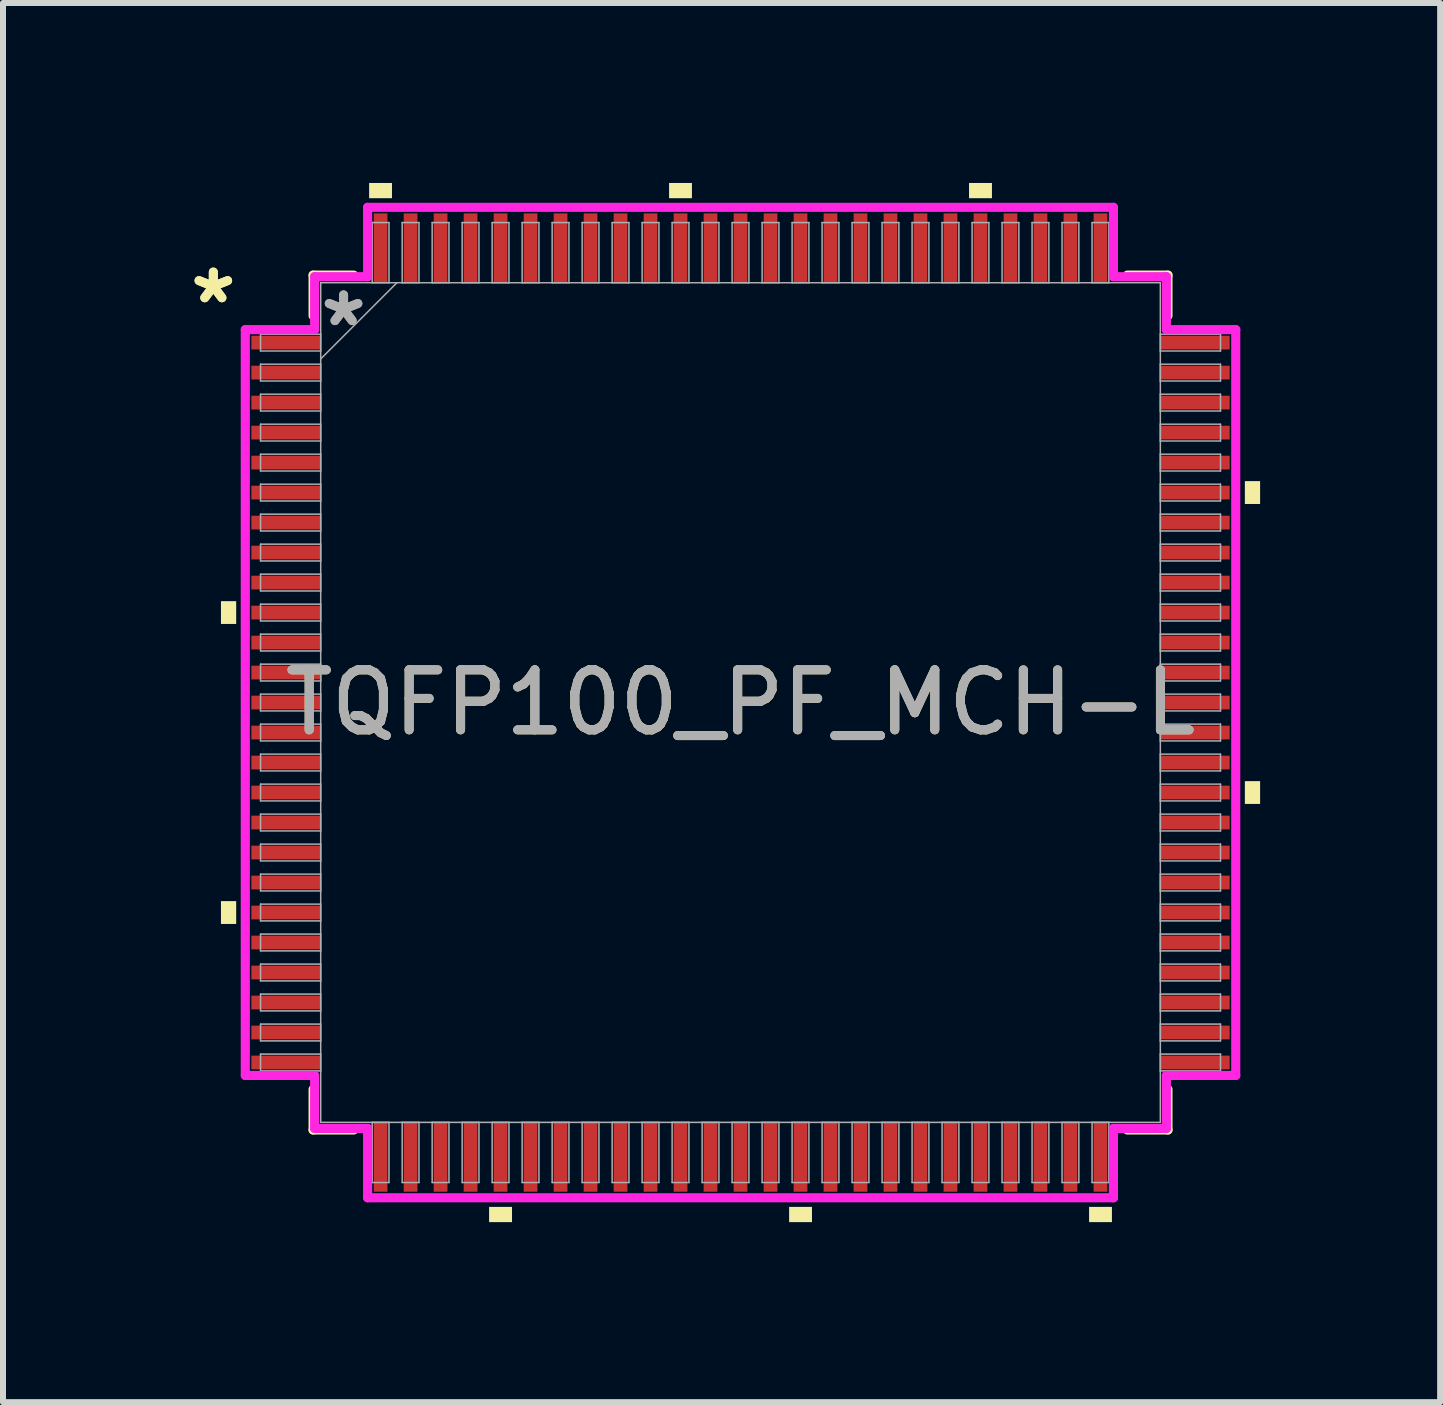
<source format=kicad_pcb>
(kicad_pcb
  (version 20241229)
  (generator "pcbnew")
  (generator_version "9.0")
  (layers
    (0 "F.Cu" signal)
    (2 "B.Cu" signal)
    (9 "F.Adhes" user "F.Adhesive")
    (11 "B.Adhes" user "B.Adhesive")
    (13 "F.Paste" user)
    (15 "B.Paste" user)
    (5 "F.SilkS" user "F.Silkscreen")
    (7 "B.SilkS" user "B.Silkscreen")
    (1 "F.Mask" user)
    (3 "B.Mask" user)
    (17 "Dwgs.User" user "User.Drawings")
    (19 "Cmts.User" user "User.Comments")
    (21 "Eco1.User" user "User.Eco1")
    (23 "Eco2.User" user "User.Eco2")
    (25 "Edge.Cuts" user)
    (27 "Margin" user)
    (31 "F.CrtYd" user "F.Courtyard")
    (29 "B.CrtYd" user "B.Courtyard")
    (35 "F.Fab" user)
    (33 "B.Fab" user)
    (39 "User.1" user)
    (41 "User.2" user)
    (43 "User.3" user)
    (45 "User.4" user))
  (footprint "TQFP100_PF_MCH-L"
    (layer "F.Cu")
    (at 9.294 8.661)
    (property "Reference" "TQFP100_PF_MCH-L" (at 0 0 0) (unlocked yes) (layer "F.SilkS") (effects (font (size 1 1) (thickness 0.15))))
    (attr smd)
    (fp_line (start -7.125 -7.125) (end -7.125 -6.447) (stroke (width 0.152) (type solid)) (layer "F.SilkS"))
    (fp_line (start -7.125 6.447) (end -7.125 7.125) (stroke (width 0.152) (type solid)) (layer "F.SilkS"))
    (fp_line (start -7.125 7.125) (end -6.447 7.125) (stroke (width 0.152) (type solid)) (layer "F.SilkS"))
    (fp_line (start -6.447 -7.125) (end -7.125 -7.125) (stroke (width 0.152) (type solid)) (layer "F.SilkS"))
    (fp_line (start 6.447 7.125) (end 7.125 7.125) (stroke (width 0.152) (type solid)) (layer "F.SilkS"))
    (fp_line (start 7.125 -7.125) (end 6.447 -7.125) (stroke (width 0.152) (type solid)) (layer "F.SilkS"))
    (fp_line (start 7.125 -6.447) (end 7.125 -7.125) (stroke (width 0.152) (type solid)) (layer "F.SilkS"))
    (fp_line (start 7.125 7.125) (end 7.125 6.447) (stroke (width 0.152) (type solid)) (layer "F.SilkS"))
    (fp_poly (pts (xy -8.661 -1.69) (xy -8.661 -1.31) (xy -8.407 -1.31) (xy -8.407 -1.69)) (stroke (width 0) (type solid)) (fill yes) (layer "F.SilkS"))
    (fp_poly (pts (xy -8.661 3.31) (xy -8.661 3.691) (xy -8.407 3.691) (xy -8.407 3.31)) (stroke (width 0) (type solid)) (fill yes) (layer "F.SilkS"))
    (fp_poly (pts (xy -6.191 -8.407) (xy -6.191 -8.661) (xy -5.81 -8.661) (xy -5.81 -8.407)) (stroke (width 0) (type solid)) (fill yes) (layer "F.SilkS"))
    (fp_poly (pts (xy -4.191 8.407) (xy -4.191 8.661) (xy -3.809 8.661) (xy -3.809 8.407)) (stroke (width 0) (type solid)) (fill yes) (layer "F.SilkS"))
    (fp_poly (pts (xy -1.191 -8.407) (xy -1.191 -8.661) (xy -0.81 -8.661) (xy -0.81 -8.407)) (stroke (width 0) (type solid)) (fill yes) (layer "F.SilkS"))
    (fp_poly (pts (xy 0.81 8.407) (xy 0.81 8.661) (xy 1.191 8.661) (xy 1.191 8.407)) (stroke (width 0) (type solid)) (fill yes) (layer "F.SilkS"))
    (fp_poly (pts (xy 3.809 -8.407) (xy 3.809 -8.661) (xy 4.191 -8.661) (xy 4.191 -8.407)) (stroke (width 0) (type solid)) (fill yes) (layer "F.SilkS"))
    (fp_poly (pts (xy 5.81 8.407) (xy 5.81 8.661) (xy 6.191 8.661) (xy 6.191 8.407)) (stroke (width 0) (type solid)) (fill yes) (layer "F.SilkS"))
    (fp_poly (pts (xy 8.661 -3.691) (xy 8.661 -3.31) (xy 8.407 -3.31) (xy 8.407 -3.691)) (stroke (width 0) (type solid)) (fill yes) (layer "F.SilkS"))
    (fp_poly (pts (xy 8.661 1.31) (xy 8.661 1.69) (xy 8.407 1.69) (xy 8.407 1.31)) (stroke (width 0) (type solid)) (fill yes) (layer "F.SilkS"))
    (fp_line (start -8.255 -6.216) (end -7.099 -6.216) (stroke (width 0.152) (type solid)) (layer "F.CrtYd"))
    (fp_line (start -8.255 6.216) (end -8.255 -6.216) (stroke (width 0.152) (type solid)) (layer "F.CrtYd"))
    (fp_line (start -7.099 -7.099) (end -6.216 -7.099) (stroke (width 0.152) (type solid)) (layer "F.CrtYd"))
    (fp_line (start -7.099 -6.216) (end -7.099 -7.099) (stroke (width 0.152) (type solid)) (layer "F.CrtYd"))
    (fp_line (start -7.099 6.216) (end -8.255 6.216) (stroke (width 0.152) (type solid)) (layer "F.CrtYd"))
    (fp_line (start -7.099 7.099) (end -7.099 6.216) (stroke (width 0.152) (type solid)) (layer "F.CrtYd"))
    (fp_line (start -7.099 7.099) (end -6.216 7.099) (stroke (width 0.152) (type solid)) (layer "F.CrtYd"))
    (fp_line (start -6.216 -8.255) (end 6.216 -8.255) (stroke (width 0.152) (type solid)) (layer "F.CrtYd"))
    (fp_line (start -6.216 -7.099) (end -6.216 -8.255) (stroke (width 0.152) (type solid)) (layer "F.CrtYd"))
    (fp_line (start -6.216 7.099) (end -6.216 8.255) (stroke (width 0.152) (type solid)) (layer "F.CrtYd"))
    (fp_line (start -6.216 8.255) (end 6.216 8.255) (stroke (width 0.152) (type solid)) (layer "F.CrtYd"))
    (fp_line (start 6.216 -8.255) (end 6.216 -7.099) (stroke (width 0.152) (type solid)) (layer "F.CrtYd"))
    (fp_line (start 6.216 -7.099) (end 7.099 -7.099) (stroke (width 0.152) (type solid)) (layer "F.CrtYd"))
    (fp_line (start 6.216 7.099) (end 7.099 7.099) (stroke (width 0.152) (type solid)) (layer "F.CrtYd"))
    (fp_line (start 6.216 8.255) (end 6.216 7.099) (stroke (width 0.152) (type solid)) (layer "F.CrtYd"))
    (fp_line (start 7.099 -6.216) (end 7.099 -7.099) (stroke (width 0.152) (type solid)) (layer "F.CrtYd"))
    (fp_line (start 7.099 6.216) (end 8.255 6.216) (stroke (width 0.152) (type solid)) (layer "F.CrtYd"))
    (fp_line (start 7.099 7.099) (end 7.099 6.216) (stroke (width 0.152) (type solid)) (layer "F.CrtYd"))
    (fp_line (start 8.255 -6.216) (end 7.099 -6.216) (stroke (width 0.152) (type solid)) (layer "F.CrtYd"))
    (fp_line (start 8.255 6.216) (end 8.255 -6.216) (stroke (width 0.152) (type solid)) (layer "F.CrtYd"))
    (fp_line (start -8.001 -6.14) (end -8.001 -5.86) (stroke (width 0.025) (type solid)) (layer "F.Fab"))
    (fp_line (start -8.001 -5.86) (end -6.998 -5.86) (stroke (width 0.025) (type solid)) (layer "F.Fab"))
    (fp_line (start -8.001 -5.64) (end -8.001 -5.36) (stroke (width 0.025) (type solid)) (layer "F.Fab"))
    (fp_line (start -8.001 -5.36) (end -6.998 -5.36) (stroke (width 0.025) (type solid)) (layer "F.Fab"))
    (fp_line (start -8.001 -5.14) (end -8.001 -4.86) (stroke (width 0.025) (type solid)) (layer "F.Fab"))
    (fp_line (start -8.001 -4.86) (end -6.998 -4.86) (stroke (width 0.025) (type solid)) (layer "F.Fab"))
    (fp_line (start -8.001 -4.64) (end -8.001 -4.36) (stroke (width 0.025) (type solid)) (layer "F.Fab"))
    (fp_line (start -8.001 -4.36) (end -6.998 -4.36) (stroke (width 0.025) (type solid)) (layer "F.Fab"))
    (fp_line (start -8.001 -4.14) (end -8.001 -3.86) (stroke (width 0.025) (type solid)) (layer "F.Fab"))
    (fp_line (start -8.001 -3.86) (end -6.998 -3.86) (stroke (width 0.025) (type solid)) (layer "F.Fab"))
    (fp_line (start -8.001 -3.64) (end -8.001 -3.36) (stroke (width 0.025) (type solid)) (layer "F.Fab"))
    (fp_line (start -8.001 -3.36) (end -6.998 -3.36) (stroke (width 0.025) (type solid)) (layer "F.Fab"))
    (fp_line (start -8.001 -3.14) (end -8.001 -2.86) (stroke (width 0.025) (type solid)) (layer "F.Fab"))
    (fp_line (start -8.001 -2.86) (end -6.998 -2.86) (stroke (width 0.025) (type solid)) (layer "F.Fab"))
    (fp_line (start -8.001 -2.64) (end -8.001 -2.36) (stroke (width 0.025) (type solid)) (layer "F.Fab"))
    (fp_line (start -8.001 -2.36) (end -6.998 -2.36) (stroke (width 0.025) (type solid)) (layer "F.Fab"))
    (fp_line (start -8.001 -2.14) (end -8.001 -1.86) (stroke (width 0.025) (type solid)) (layer "F.Fab"))
    (fp_line (start -8.001 -1.86) (end -6.998 -1.86) (stroke (width 0.025) (type solid)) (layer "F.Fab"))
    (fp_line (start -8.001 -1.64) (end -8.001 -1.36) (stroke (width 0.025) (type solid)) (layer "F.Fab"))
    (fp_line (start -8.001 -1.36) (end -6.998 -1.36) (stroke (width 0.025) (type solid)) (layer "F.Fab"))
    (fp_line (start -8.001 -1.14) (end -8.001 -0.86) (stroke (width 0.025) (type solid)) (layer "F.Fab"))
    (fp_line (start -8.001 -0.86) (end -6.998 -0.86) (stroke (width 0.025) (type solid)) (layer "F.Fab"))
    (fp_line (start -8.001 -0.64) (end -8.001 -0.36) (stroke (width 0.025) (type solid)) (layer "F.Fab"))
    (fp_line (start -8.001 -0.36) (end -6.998 -0.36) (stroke (width 0.025) (type solid)) (layer "F.Fab"))
    (fp_line (start -8.001 -0.14) (end -8.001 0.14) (stroke (width 0.025) (type solid)) (layer "F.Fab"))
    (fp_line (start -8.001 0.14) (end -6.998 0.14) (stroke (width 0.025) (type solid)) (layer "F.Fab"))
    (fp_line (start -8.001 0.36) (end -8.001 0.64) (stroke (width 0.025) (type solid)) (layer "F.Fab"))
    (fp_line (start -8.001 0.64) (end -6.998 0.64) (stroke (width 0.025) (type solid)) (layer "F.Fab"))
    (fp_line (start -8.001 0.86) (end -8.001 1.14) (stroke (width 0.025) (type solid)) (layer "F.Fab"))
    (fp_line (start -8.001 1.14) (end -6.998 1.14) (stroke (width 0.025) (type solid)) (layer "F.Fab"))
    (fp_line (start -8.001 1.36) (end -8.001 1.64) (stroke (width 0.025) (type solid)) (layer "F.Fab"))
    (fp_line (start -8.001 1.64) (end -6.998 1.64) (stroke (width 0.025) (type solid)) (layer "F.Fab"))
    (fp_line (start -8.001 1.86) (end -8.001 2.14) (stroke (width 0.025) (type solid)) (layer "F.Fab"))
    (fp_line (start -8.001 2.14) (end -6.998 2.14) (stroke (width 0.025) (type solid)) (layer "F.Fab"))
    (fp_line (start -8.001 2.36) (end -8.001 2.64) (stroke (width 0.025) (type solid)) (layer "F.Fab"))
    (fp_line (start -8.001 2.64) (end -6.998 2.64) (stroke (width 0.025) (type solid)) (layer "F.Fab"))
    (fp_line (start -8.001 2.86) (end -8.001 3.14) (stroke (width 0.025) (type solid)) (layer "F.Fab"))
    (fp_line (start -8.001 3.14) (end -6.998 3.14) (stroke (width 0.025) (type solid)) (layer "F.Fab"))
    (fp_line (start -8.001 3.36) (end -8.001 3.64) (stroke (width 0.025) (type solid)) (layer "F.Fab"))
    (fp_line (start -8.001 3.64) (end -6.998 3.64) (stroke (width 0.025) (type solid)) (layer "F.Fab"))
    (fp_line (start -8.001 3.86) (end -8.001 4.14) (stroke (width 0.025) (type solid)) (layer "F.Fab"))
    (fp_line (start -8.001 4.14) (end -6.998 4.14) (stroke (width 0.025) (type solid)) (layer "F.Fab"))
    (fp_line (start -8.001 4.36) (end -8.001 4.64) (stroke (width 0.025) (type solid)) (layer "F.Fab"))
    (fp_line (start -8.001 4.64) (end -6.998 4.64) (stroke (width 0.025) (type solid)) (layer "F.Fab"))
    (fp_line (start -8.001 4.86) (end -8.001 5.14) (stroke (width 0.025) (type solid)) (layer "F.Fab"))
    (fp_line (start -8.001 5.14) (end -6.998 5.14) (stroke (width 0.025) (type solid)) (layer "F.Fab"))
    (fp_line (start -8.001 5.36) (end -8.001 5.64) (stroke (width 0.025) (type solid)) (layer "F.Fab"))
    (fp_line (start -8.001 5.64) (end -6.998 5.64) (stroke (width 0.025) (type solid)) (layer "F.Fab"))
    (fp_line (start -8.001 5.86) (end -8.001 6.14) (stroke (width 0.025) (type solid)) (layer "F.Fab"))
    (fp_line (start -8.001 6.14) (end -6.998 6.14) (stroke (width 0.025) (type solid)) (layer "F.Fab"))
    (fp_line (start -6.998 -6.998) (end -6.998 6.998) (stroke (width 0.025) (type solid)) (layer "F.Fab"))
    (fp_line (start -6.998 -6.14) (end -8.001 -6.14) (stroke (width 0.025) (type solid)) (layer "F.Fab"))
    (fp_line (start -6.998 -5.86) (end -6.998 -6.14) (stroke (width 0.025) (type solid)) (layer "F.Fab"))
    (fp_line (start -6.998 -5.728) (end -5.728 -6.998) (stroke (width 0.025) (type solid)) (layer "F.Fab"))
    (fp_line (start -6.998 -5.64) (end -8.001 -5.64) (stroke (width 0.025) (type solid)) (layer "F.Fab"))
    (fp_line (start -6.998 -5.36) (end -6.998 -5.64) (stroke (width 0.025) (type solid)) (layer "F.Fab"))
    (fp_line (start -6.998 -5.14) (end -8.001 -5.14) (stroke (width 0.025) (type solid)) (layer "F.Fab"))
    (fp_line (start -6.998 -4.86) (end -6.998 -5.14) (stroke (width 0.025) (type solid)) (layer "F.Fab"))
    (fp_line (start -6.998 -4.64) (end -8.001 -4.64) (stroke (width 0.025) (type solid)) (layer "F.Fab"))
    (fp_line (start -6.998 -4.36) (end -6.998 -4.64) (stroke (width 0.025) (type solid)) (layer "F.Fab"))
    (fp_line (start -6.998 -4.14) (end -8.001 -4.14) (stroke (width 0.025) (type solid)) (layer "F.Fab"))
    (fp_line (start -6.998 -3.86) (end -6.998 -4.14) (stroke (width 0.025) (type solid)) (layer "F.Fab"))
    (fp_line (start -6.998 -3.64) (end -8.001 -3.64) (stroke (width 0.025) (type solid)) (layer "F.Fab"))
    (fp_line (start -6.998 -3.36) (end -6.998 -3.64) (stroke (width 0.025) (type solid)) (layer "F.Fab"))
    (fp_line (start -6.998 -3.14) (end -8.001 -3.14) (stroke (width 0.025) (type solid)) (layer "F.Fab"))
    (fp_line (start -6.998 -2.86) (end -6.998 -3.14) (stroke (width 0.025) (type solid)) (layer "F.Fab"))
    (fp_line (start -6.998 -2.64) (end -8.001 -2.64) (stroke (width 0.025) (type solid)) (layer "F.Fab"))
    (fp_line (start -6.998 -2.36) (end -6.998 -2.64) (stroke (width 0.025) (type solid)) (layer "F.Fab"))
    (fp_line (start -6.998 -2.14) (end -8.001 -2.14) (stroke (width 0.025) (type solid)) (layer "F.Fab"))
    (fp_line (start -6.998 -1.86) (end -6.998 -2.14) (stroke (width 0.025) (type solid)) (layer "F.Fab"))
    (fp_line (start -6.998 -1.64) (end -8.001 -1.64) (stroke (width 0.025) (type solid)) (layer "F.Fab"))
    (fp_line (start -6.998 -1.36) (end -6.998 -1.64) (stroke (width 0.025) (type solid)) (layer "F.Fab"))
    (fp_line (start -6.998 -1.14) (end -8.001 -1.14) (stroke (width 0.025) (type solid)) (layer "F.Fab"))
    (fp_line (start -6.998 -0.86) (end -6.998 -1.14) (stroke (width 0.025) (type solid)) (layer "F.Fab"))
    (fp_line (start -6.998 -0.64) (end -8.001 -0.64) (stroke (width 0.025) (type solid)) (layer "F.Fab"))
    (fp_line (start -6.998 -0.36) (end -6.998 -0.64) (stroke (width 0.025) (type solid)) (layer "F.Fab"))
    (fp_line (start -6.998 -0.14) (end -8.001 -0.14) (stroke (width 0.025) (type solid)) (layer "F.Fab"))
    (fp_line (start -6.998 0.14) (end -6.998 -0.14) (stroke (width 0.025) (type solid)) (layer "F.Fab"))
    (fp_line (start -6.998 0.36) (end -8.001 0.36) (stroke (width 0.025) (type solid)) (layer "F.Fab"))
    (fp_line (start -6.998 0.64) (end -6.998 0.36) (stroke (width 0.025) (type solid)) (layer "F.Fab"))
    (fp_line (start -6.998 0.86) (end -8.001 0.86) (stroke (width 0.025) (type solid)) (layer "F.Fab"))
    (fp_line (start -6.998 1.14) (end -6.998 0.86) (stroke (width 0.025) (type solid)) (layer "F.Fab"))
    (fp_line (start -6.998 1.36) (end -8.001 1.36) (stroke (width 0.025) (type solid)) (layer "F.Fab"))
    (fp_line (start -6.998 1.64) (end -6.998 1.36) (stroke (width 0.025) (type solid)) (layer "F.Fab"))
    (fp_line (start -6.998 1.86) (end -8.001 1.86) (stroke (width 0.025) (type solid)) (layer "F.Fab"))
    (fp_line (start -6.998 2.14) (end -6.998 1.86) (stroke (width 0.025) (type solid)) (layer "F.Fab"))
    (fp_line (start -6.998 2.36) (end -8.001 2.36) (stroke (width 0.025) (type solid)) (layer "F.Fab"))
    (fp_line (start -6.998 2.64) (end -6.998 2.36) (stroke (width 0.025) (type solid)) (layer "F.Fab"))
    (fp_line (start -6.998 2.86) (end -8.001 2.86) (stroke (width 0.025) (type solid)) (layer "F.Fab"))
    (fp_line (start -6.998 3.14) (end -6.998 2.86) (stroke (width 0.025) (type solid)) (layer "F.Fab"))
    (fp_line (start -6.998 3.36) (end -8.001 3.36) (stroke (width 0.025) (type solid)) (layer "F.Fab"))
    (fp_line (start -6.998 3.64) (end -6.998 3.36) (stroke (width 0.025) (type solid)) (layer "F.Fab"))
    (fp_line (start -6.998 3.86) (end -8.001 3.86) (stroke (width 0.025) (type solid)) (layer "F.Fab"))
    (fp_line (start -6.998 4.14) (end -6.998 3.86) (stroke (width 0.025) (type solid)) (layer "F.Fab"))
    (fp_line (start -6.998 4.36) (end -8.001 4.36) (stroke (width 0.025) (type solid)) (layer "F.Fab"))
    (fp_line (start -6.998 4.64) (end -6.998 4.36) (stroke (width 0.025) (type solid)) (layer "F.Fab"))
    (fp_line (start -6.998 4.86) (end -8.001 4.86) (stroke (width 0.025) (type solid)) (layer "F.Fab"))
    (fp_line (start -6.998 5.14) (end -6.998 4.86) (stroke (width 0.025) (type solid)) (layer "F.Fab"))
    (fp_line (start -6.998 5.36) (end -8.001 5.36) (stroke (width 0.025) (type solid)) (layer "F.Fab"))
    (fp_line (start -6.998 5.64) (end -6.998 5.36) (stroke (width 0.025) (type solid)) (layer "F.Fab"))
    (fp_line (start -6.998 5.86) (end -8.001 5.86) (stroke (width 0.025) (type solid)) (layer "F.Fab"))
    (fp_line (start -6.998 6.14) (end -6.998 5.86) (stroke (width 0.025) (type solid)) (layer "F.Fab"))
    (fp_line (start -6.998 6.998) (end 6.998 6.998) (stroke (width 0.025) (type solid)) (layer "F.Fab"))
    (fp_line (start -6.14 -8.001) (end -6.14 -6.998) (stroke (width 0.025) (type solid)) (layer "F.Fab"))
    (fp_line (start -6.14 -6.998) (end -5.86 -6.998) (stroke (width 0.025) (type solid)) (layer "F.Fab"))
    (fp_line (start -6.14 6.998) (end -6.14 8.001) (stroke (width 0.025) (type solid)) (layer "F.Fab"))
    (fp_line (start -6.14 8.001) (end -5.86 8.001) (stroke (width 0.025) (type solid)) (layer "F.Fab"))
    (fp_line (start -5.86 -8.001) (end -6.14 -8.001) (stroke (width 0.025) (type solid)) (layer "F.Fab"))
    (fp_line (start -5.86 -6.998) (end -5.86 -8.001) (stroke (width 0.025) (type solid)) (layer "F.Fab"))
    (fp_line (start -5.86 6.998) (end -6.14 6.998) (stroke (width 0.025) (type solid)) (layer "F.Fab"))
    (fp_line (start -5.86 8.001) (end -5.86 6.998) (stroke (width 0.025) (type solid)) (layer "F.Fab"))
    (fp_line (start -5.64 -8.001) (end -5.64 -6.998) (stroke (width 0.025) (type solid)) (layer "F.Fab"))
    (fp_line (start -5.64 -6.998) (end -5.36 -6.998) (stroke (width 0.025) (type solid)) (layer "F.Fab"))
    (fp_line (start -5.64 6.998) (end -5.64 8.001) (stroke (width 0.025) (type solid)) (layer "F.Fab"))
    (fp_line (start -5.64 8.001) (end -5.36 8.001) (stroke (width 0.025) (type solid)) (layer "F.Fab"))
    (fp_line (start -5.36 -8.001) (end -5.64 -8.001) (stroke (width 0.025) (type solid)) (layer "F.Fab"))
    (fp_line (start -5.36 -6.998) (end -5.36 -8.001) (stroke (width 0.025) (type solid)) (layer "F.Fab"))
    (fp_line (start -5.36 6.998) (end -5.64 6.998) (stroke (width 0.025) (type solid)) (layer "F.Fab"))
    (fp_line (start -5.36 8.001) (end -5.36 6.998) (stroke (width 0.025) (type solid)) (layer "F.Fab"))
    (fp_line (start -5.14 -8.001) (end -5.14 -6.998) (stroke (width 0.025) (type solid)) (layer "F.Fab"))
    (fp_line (start -5.14 -6.998) (end -4.86 -6.998) (stroke (width 0.025) (type solid)) (layer "F.Fab"))
    (fp_line (start -5.14 6.998) (end -5.14 8.001) (stroke (width 0.025) (type solid)) (layer "F.Fab"))
    (fp_line (start -5.14 8.001) (end -4.86 8.001) (stroke (width 0.025) (type solid)) (layer "F.Fab"))
    (fp_line (start -4.86 -8.001) (end -5.14 -8.001) (stroke (width 0.025) (type solid)) (layer "F.Fab"))
    (fp_line (start -4.86 -6.998) (end -4.86 -8.001) (stroke (width 0.025) (type solid)) (layer "F.Fab"))
    (fp_line (start -4.86 6.998) (end -5.14 6.998) (stroke (width 0.025) (type solid)) (layer "F.Fab"))
    (fp_line (start -4.86 8.001) (end -4.86 6.998) (stroke (width 0.025) (type solid)) (layer "F.Fab"))
    (fp_line (start -4.64 -8.001) (end -4.64 -6.998) (stroke (width 0.025) (type solid)) (layer "F.Fab"))
    (fp_line (start -4.64 -6.998) (end -4.36 -6.998) (stroke (width 0.025) (type solid)) (layer "F.Fab"))
    (fp_line (start -4.64 6.998) (end -4.64 8.001) (stroke (width 0.025) (type solid)) (layer "F.Fab"))
    (fp_line (start -4.64 8.001) (end -4.36 8.001) (stroke (width 0.025) (type solid)) (layer "F.Fab"))
    (fp_line (start -4.36 -8.001) (end -4.64 -8.001) (stroke (width 0.025) (type solid)) (layer "F.Fab"))
    (fp_line (start -4.36 -6.998) (end -4.36 -8.001) (stroke (width 0.025) (type solid)) (layer "F.Fab"))
    (fp_line (start -4.36 6.998) (end -4.64 6.998) (stroke (width 0.025) (type solid)) (layer "F.Fab"))
    (fp_line (start -4.36 8.001) (end -4.36 6.998) (stroke (width 0.025) (type solid)) (layer "F.Fab"))
    (fp_line (start -4.14 -8.001) (end -4.14 -6.998) (stroke (width 0.025) (type solid)) (layer "F.Fab"))
    (fp_line (start -4.14 -6.998) (end -3.86 -6.998) (stroke (width 0.025) (type solid)) (layer "F.Fab"))
    (fp_line (start -4.14 6.998) (end -4.14 8.001) (stroke (width 0.025) (type solid)) (layer "F.Fab"))
    (fp_line (start -4.14 8.001) (end -3.86 8.001) (stroke (width 0.025) (type solid)) (layer "F.Fab"))
    (fp_line (start -3.86 -8.001) (end -4.14 -8.001) (stroke (width 0.025) (type solid)) (layer "F.Fab"))
    (fp_line (start -3.86 -6.998) (end -3.86 -8.001) (stroke (width 0.025) (type solid)) (layer "F.Fab"))
    (fp_line (start -3.86 6.998) (end -4.14 6.998) (stroke (width 0.025) (type solid)) (layer "F.Fab"))
    (fp_line (start -3.86 8.001) (end -3.86 6.998) (stroke (width 0.025) (type solid)) (layer "F.Fab"))
    (fp_line (start -3.64 -8.001) (end -3.64 -6.998) (stroke (width 0.025) (type solid)) (layer "F.Fab"))
    (fp_line (start -3.64 -6.998) (end -3.36 -6.998) (stroke (width 0.025) (type solid)) (layer "F.Fab"))
    (fp_line (start -3.64 6.998) (end -3.64 8.001) (stroke (width 0.025) (type solid)) (layer "F.Fab"))
    (fp_line (start -3.64 8.001) (end -3.36 8.001) (stroke (width 0.025) (type solid)) (layer "F.Fab"))
    (fp_line (start -3.36 -8.001) (end -3.64 -8.001) (stroke (width 0.025) (type solid)) (layer "F.Fab"))
    (fp_line (start -3.36 -6.998) (end -3.36 -8.001) (stroke (width 0.025) (type solid)) (layer "F.Fab"))
    (fp_line (start -3.36 6.998) (end -3.64 6.998) (stroke (width 0.025) (type solid)) (layer "F.Fab"))
    (fp_line (start -3.36 8.001) (end -3.36 6.998) (stroke (width 0.025) (type solid)) (layer "F.Fab"))
    (fp_line (start -3.14 -8.001) (end -3.14 -6.998) (stroke (width 0.025) (type solid)) (layer "F.Fab"))
    (fp_line (start -3.14 -6.998) (end -2.86 -6.998) (stroke (width 0.025) (type solid)) (layer "F.Fab"))
    (fp_line (start -3.14 6.998) (end -3.14 8.001) (stroke (width 0.025) (type solid)) (layer "F.Fab"))
    (fp_line (start -3.14 8.001) (end -2.86 8.001) (stroke (width 0.025) (type solid)) (layer "F.Fab"))
    (fp_line (start -2.86 -8.001) (end -3.14 -8.001) (stroke (width 0.025) (type solid)) (layer "F.Fab"))
    (fp_line (start -2.86 -6.998) (end -2.86 -8.001) (stroke (width 0.025) (type solid)) (layer "F.Fab"))
    (fp_line (start -2.86 6.998) (end -3.14 6.998) (stroke (width 0.025) (type solid)) (layer "F.Fab"))
    (fp_line (start -2.86 8.001) (end -2.86 6.998) (stroke (width 0.025) (type solid)) (layer "F.Fab"))
    (fp_line (start -2.64 -8.001) (end -2.64 -6.998) (stroke (width 0.025) (type solid)) (layer "F.Fab"))
    (fp_line (start -2.64 -6.998) (end -2.36 -6.998) (stroke (width 0.025) (type solid)) (layer "F.Fab"))
    (fp_line (start -2.64 6.998) (end -2.64 8.001) (stroke (width 0.025) (type solid)) (layer "F.Fab"))
    (fp_line (start -2.64 8.001) (end -2.36 8.001) (stroke (width 0.025) (type solid)) (layer "F.Fab"))
    (fp_line (start -2.36 -8.001) (end -2.64 -8.001) (stroke (width 0.025) (type solid)) (layer "F.Fab"))
    (fp_line (start -2.36 -6.998) (end -2.36 -8.001) (stroke (width 0.025) (type solid)) (layer "F.Fab"))
    (fp_line (start -2.36 6.998) (end -2.64 6.998) (stroke (width 0.025) (type solid)) (layer "F.Fab"))
    (fp_line (start -2.36 8.001) (end -2.36 6.998) (stroke (width 0.025) (type solid)) (layer "F.Fab"))
    (fp_line (start -2.14 -8.001) (end -2.14 -6.998) (stroke (width 0.025) (type solid)) (layer "F.Fab"))
    (fp_line (start -2.14 -6.998) (end -1.86 -6.998) (stroke (width 0.025) (type solid)) (layer "F.Fab"))
    (fp_line (start -2.14 6.998) (end -2.14 8.001) (stroke (width 0.025) (type solid)) (layer "F.Fab"))
    (fp_line (start -2.14 8.001) (end -1.86 8.001) (stroke (width 0.025) (type solid)) (layer "F.Fab"))
    (fp_line (start -1.86 -8.001) (end -2.14 -8.001) (stroke (width 0.025) (type solid)) (layer "F.Fab"))
    (fp_line (start -1.86 -6.998) (end -1.86 -8.001) (stroke (width 0.025) (type solid)) (layer "F.Fab"))
    (fp_line (start -1.86 6.998) (end -2.14 6.998) (stroke (width 0.025) (type solid)) (layer "F.Fab"))
    (fp_line (start -1.86 8.001) (end -1.86 6.998) (stroke (width 0.025) (type solid)) (layer "F.Fab"))
    (fp_line (start -1.64 -8.001) (end -1.64 -6.998) (stroke (width 0.025) (type solid)) (layer "F.Fab"))
    (fp_line (start -1.64 -6.998) (end -1.36 -6.998) (stroke (width 0.025) (type solid)) (layer "F.Fab"))
    (fp_line (start -1.64 6.998) (end -1.64 8.001) (stroke (width 0.025) (type solid)) (layer "F.Fab"))
    (fp_line (start -1.64 8.001) (end -1.36 8.001) (stroke (width 0.025) (type solid)) (layer "F.Fab"))
    (fp_line (start -1.36 -8.001) (end -1.64 -8.001) (stroke (width 0.025) (type solid)) (layer "F.Fab"))
    (fp_line (start -1.36 -6.998) (end -1.36 -8.001) (stroke (width 0.025) (type solid)) (layer "F.Fab"))
    (fp_line (start -1.36 6.998) (end -1.64 6.998) (stroke (width 0.025) (type solid)) (layer "F.Fab"))
    (fp_line (start -1.36 8.001) (end -1.36 6.998) (stroke (width 0.025) (type solid)) (layer "F.Fab"))
    (fp_line (start -1.14 -8.001) (end -1.14 -6.998) (stroke (width 0.025) (type solid)) (layer "F.Fab"))
    (fp_line (start -1.14 -6.998) (end -0.86 -6.998) (stroke (width 0.025) (type solid)) (layer "F.Fab"))
    (fp_line (start -1.14 6.998) (end -1.14 8.001) (stroke (width 0.025) (type solid)) (layer "F.Fab"))
    (fp_line (start -1.14 8.001) (end -0.86 8.001) (stroke (width 0.025) (type solid)) (layer "F.Fab"))
    (fp_line (start -0.86 -8.001) (end -1.14 -8.001) (stroke (width 0.025) (type solid)) (layer "F.Fab"))
    (fp_line (start -0.86 -6.998) (end -0.86 -8.001) (stroke (width 0.025) (type solid)) (layer "F.Fab"))
    (fp_line (start -0.86 6.998) (end -1.14 6.998) (stroke (width 0.025) (type solid)) (layer "F.Fab"))
    (fp_line (start -0.86 8.001) (end -0.86 6.998) (stroke (width 0.025) (type solid)) (layer "F.Fab"))
    (fp_line (start -0.64 -8.001) (end -0.64 -6.998) (stroke (width 0.025) (type solid)) (layer "F.Fab"))
    (fp_line (start -0.64 -6.998) (end -0.36 -6.998) (stroke (width 0.025) (type solid)) (layer "F.Fab"))
    (fp_line (start -0.64 6.998) (end -0.64 8.001) (stroke (width 0.025) (type solid)) (layer "F.Fab"))
    (fp_line (start -0.64 8.001) (end -0.36 8.001) (stroke (width 0.025) (type solid)) (layer "F.Fab"))
    (fp_line (start -0.36 -8.001) (end -0.64 -8.001) (stroke (width 0.025) (type solid)) (layer "F.Fab"))
    (fp_line (start -0.36 -6.998) (end -0.36 -8.001) (stroke (width 0.025) (type solid)) (layer "F.Fab"))
    (fp_line (start -0.36 6.998) (end -0.64 6.998) (stroke (width 0.025) (type solid)) (layer "F.Fab"))
    (fp_line (start -0.36 8.001) (end -0.36 6.998) (stroke (width 0.025) (type solid)) (layer "F.Fab"))
    (fp_line (start -0.14 -8.001) (end -0.14 -6.998) (stroke (width 0.025) (type solid)) (layer "F.Fab"))
    (fp_line (start -0.14 -6.998) (end 0.14 -6.998) (stroke (width 0.025) (type solid)) (layer "F.Fab"))
    (fp_line (start -0.14 6.998) (end -0.14 8.001) (stroke (width 0.025) (type solid)) (layer "F.Fab"))
    (fp_line (start -0.14 8.001) (end 0.14 8.001) (stroke (width 0.025) (type solid)) (layer "F.Fab"))
    (fp_line (start 0.14 -8.001) (end -0.14 -8.001) (stroke (width 0.025) (type solid)) (layer "F.Fab"))
    (fp_line (start 0.14 -6.998) (end 0.14 -8.001) (stroke (width 0.025) (type solid)) (layer "F.Fab"))
    (fp_line (start 0.14 6.998) (end -0.14 6.998) (stroke (width 0.025) (type solid)) (layer "F.Fab"))
    (fp_line (start 0.14 8.001) (end 0.14 6.998) (stroke (width 0.025) (type solid)) (layer "F.Fab"))
    (fp_line (start 0.36 -8.001) (end 0.36 -6.998) (stroke (width 0.025) (type solid)) (layer "F.Fab"))
    (fp_line (start 0.36 -6.998) (end 0.64 -6.998) (stroke (width 0.025) (type solid)) (layer "F.Fab"))
    (fp_line (start 0.36 6.998) (end 0.36 8.001) (stroke (width 0.025) (type solid)) (layer "F.Fab"))
    (fp_line (start 0.36 8.001) (end 0.64 8.001) (stroke (width 0.025) (type solid)) (layer "F.Fab"))
    (fp_line (start 0.64 -8.001) (end 0.36 -8.001) (stroke (width 0.025) (type solid)) (layer "F.Fab"))
    (fp_line (start 0.64 -6.998) (end 0.64 -8.001) (stroke (width 0.025) (type solid)) (layer "F.Fab"))
    (fp_line (start 0.64 6.998) (end 0.36 6.998) (stroke (width 0.025) (type solid)) (layer "F.Fab"))
    (fp_line (start 0.64 8.001) (end 0.64 6.998) (stroke (width 0.025) (type solid)) (layer "F.Fab"))
    (fp_line (start 0.86 -8.001) (end 0.86 -6.998) (stroke (width 0.025) (type solid)) (layer "F.Fab"))
    (fp_line (start 0.86 -6.998) (end 1.14 -6.998) (stroke (width 0.025) (type solid)) (layer "F.Fab"))
    (fp_line (start 0.86 6.998) (end 0.86 8.001) (stroke (width 0.025) (type solid)) (layer "F.Fab"))
    (fp_line (start 0.86 8.001) (end 1.14 8.001) (stroke (width 0.025) (type solid)) (layer "F.Fab"))
    (fp_line (start 1.14 -8.001) (end 0.86 -8.001) (stroke (width 0.025) (type solid)) (layer "F.Fab"))
    (fp_line (start 1.14 -6.998) (end 1.14 -8.001) (stroke (width 0.025) (type solid)) (layer "F.Fab"))
    (fp_line (start 1.14 6.998) (end 0.86 6.998) (stroke (width 0.025) (type solid)) (layer "F.Fab"))
    (fp_line (start 1.14 8.001) (end 1.14 6.998) (stroke (width 0.025) (type solid)) (layer "F.Fab"))
    (fp_line (start 1.36 -8.001) (end 1.36 -6.998) (stroke (width 0.025) (type solid)) (layer "F.Fab"))
    (fp_line (start 1.36 -6.998) (end 1.64 -6.998) (stroke (width 0.025) (type solid)) (layer "F.Fab"))
    (fp_line (start 1.36 6.998) (end 1.36 8.001) (stroke (width 0.025) (type solid)) (layer "F.Fab"))
    (fp_line (start 1.36 8.001) (end 1.64 8.001) (stroke (width 0.025) (type solid)) (layer "F.Fab"))
    (fp_line (start 1.64 -8.001) (end 1.36 -8.001) (stroke (width 0.025) (type solid)) (layer "F.Fab"))
    (fp_line (start 1.64 -6.998) (end 1.64 -8.001) (stroke (width 0.025) (type solid)) (layer "F.Fab"))
    (fp_line (start 1.64 6.998) (end 1.36 6.998) (stroke (width 0.025) (type solid)) (layer "F.Fab"))
    (fp_line (start 1.64 8.001) (end 1.64 6.998) (stroke (width 0.025) (type solid)) (layer "F.Fab"))
    (fp_line (start 1.86 -8.001) (end 1.86 -6.998) (stroke (width 0.025) (type solid)) (layer "F.Fab"))
    (fp_line (start 1.86 -6.998) (end 2.14 -6.998) (stroke (width 0.025) (type solid)) (layer "F.Fab"))
    (fp_line (start 1.86 6.998) (end 1.86 8.001) (stroke (width 0.025) (type solid)) (layer "F.Fab"))
    (fp_line (start 1.86 8.001) (end 2.14 8.001) (stroke (width 0.025) (type solid)) (layer "F.Fab"))
    (fp_line (start 2.14 -8.001) (end 1.86 -8.001) (stroke (width 0.025) (type solid)) (layer "F.Fab"))
    (fp_line (start 2.14 -6.998) (end 2.14 -8.001) (stroke (width 0.025) (type solid)) (layer "F.Fab"))
    (fp_line (start 2.14 6.998) (end 1.86 6.998) (stroke (width 0.025) (type solid)) (layer "F.Fab"))
    (fp_line (start 2.14 8.001) (end 2.14 6.998) (stroke (width 0.025) (type solid)) (layer "F.Fab"))
    (fp_line (start 2.36 -8.001) (end 2.36 -6.998) (stroke (width 0.025) (type solid)) (layer "F.Fab"))
    (fp_line (start 2.36 -6.998) (end 2.64 -6.998) (stroke (width 0.025) (type solid)) (layer "F.Fab"))
    (fp_line (start 2.36 6.998) (end 2.36 8.001) (stroke (width 0.025) (type solid)) (layer "F.Fab"))
    (fp_line (start 2.36 8.001) (end 2.64 8.001) (stroke (width 0.025) (type solid)) (layer "F.Fab"))
    (fp_line (start 2.64 -8.001) (end 2.36 -8.001) (stroke (width 0.025) (type solid)) (layer "F.Fab"))
    (fp_line (start 2.64 -6.998) (end 2.64 -8.001) (stroke (width 0.025) (type solid)) (layer "F.Fab"))
    (fp_line (start 2.64 6.998) (end 2.36 6.998) (stroke (width 0.025) (type solid)) (layer "F.Fab"))
    (fp_line (start 2.64 8.001) (end 2.64 6.998) (stroke (width 0.025) (type solid)) (layer "F.Fab"))
    (fp_line (start 2.86 -8.001) (end 2.86 -6.998) (stroke (width 0.025) (type solid)) (layer "F.Fab"))
    (fp_line (start 2.86 -6.998) (end 3.14 -6.998) (stroke (width 0.025) (type solid)) (layer "F.Fab"))
    (fp_line (start 2.86 6.998) (end 2.86 8.001) (stroke (width 0.025) (type solid)) (layer "F.Fab"))
    (fp_line (start 2.86 8.001) (end 3.14 8.001) (stroke (width 0.025) (type solid)) (layer "F.Fab"))
    (fp_line (start 3.14 -8.001) (end 2.86 -8.001) (stroke (width 0.025) (type solid)) (layer "F.Fab"))
    (fp_line (start 3.14 -6.998) (end 3.14 -8.001) (stroke (width 0.025) (type solid)) (layer "F.Fab"))
    (fp_line (start 3.14 6.998) (end 2.86 6.998) (stroke (width 0.025) (type solid)) (layer "F.Fab"))
    (fp_line (start 3.14 8.001) (end 3.14 6.998) (stroke (width 0.025) (type solid)) (layer "F.Fab"))
    (fp_line (start 3.36 -8.001) (end 3.36 -6.998) (stroke (width 0.025) (type solid)) (layer "F.Fab"))
    (fp_line (start 3.36 -6.998) (end 3.64 -6.998) (stroke (width 0.025) (type solid)) (layer "F.Fab"))
    (fp_line (start 3.36 6.998) (end 3.36 8.001) (stroke (width 0.025) (type solid)) (layer "F.Fab"))
    (fp_line (start 3.36 8.001) (end 3.64 8.001) (stroke (width 0.025) (type solid)) (layer "F.Fab"))
    (fp_line (start 3.64 -8.001) (end 3.36 -8.001) (stroke (width 0.025) (type solid)) (layer "F.Fab"))
    (fp_line (start 3.64 -6.998) (end 3.64 -8.001) (stroke (width 0.025) (type solid)) (layer "F.Fab"))
    (fp_line (start 3.64 6.998) (end 3.36 6.998) (stroke (width 0.025) (type solid)) (layer "F.Fab"))
    (fp_line (start 3.64 8.001) (end 3.64 6.998) (stroke (width 0.025) (type solid)) (layer "F.Fab"))
    (fp_line (start 3.86 -8.001) (end 3.86 -6.998) (stroke (width 0.025) (type solid)) (layer "F.Fab"))
    (fp_line (start 3.86 -6.998) (end 4.14 -6.998) (stroke (width 0.025) (type solid)) (layer "F.Fab"))
    (fp_line (start 3.86 6.998) (end 3.86 8.001) (stroke (width 0.025) (type solid)) (layer "F.Fab"))
    (fp_line (start 3.86 8.001) (end 4.14 8.001) (stroke (width 0.025) (type solid)) (layer "F.Fab"))
    (fp_line (start 4.14 -8.001) (end 3.86 -8.001) (stroke (width 0.025) (type solid)) (layer "F.Fab"))
    (fp_line (start 4.14 -6.998) (end 4.14 -8.001) (stroke (width 0.025) (type solid)) (layer "F.Fab"))
    (fp_line (start 4.14 6.998) (end 3.86 6.998) (stroke (width 0.025) (type solid)) (layer "F.Fab"))
    (fp_line (start 4.14 8.001) (end 4.14 6.998) (stroke (width 0.025) (type solid)) (layer "F.Fab"))
    (fp_line (start 4.36 -8.001) (end 4.36 -6.998) (stroke (width 0.025) (type solid)) (layer "F.Fab"))
    (fp_line (start 4.36 -6.998) (end 4.64 -6.998) (stroke (width 0.025) (type solid)) (layer "F.Fab"))
    (fp_line (start 4.36 6.998) (end 4.36 8.001) (stroke (width 0.025) (type solid)) (layer "F.Fab"))
    (fp_line (start 4.36 8.001) (end 4.64 8.001) (stroke (width 0.025) (type solid)) (layer "F.Fab"))
    (fp_line (start 4.64 -8.001) (end 4.36 -8.001) (stroke (width 0.025) (type solid)) (layer "F.Fab"))
    (fp_line (start 4.64 -6.998) (end 4.64 -8.001) (stroke (width 0.025) (type solid)) (layer "F.Fab"))
    (fp_line (start 4.64 6.998) (end 4.36 6.998) (stroke (width 0.025) (type solid)) (layer "F.Fab"))
    (fp_line (start 4.64 8.001) (end 4.64 6.998) (stroke (width 0.025) (type solid)) (layer "F.Fab"))
    (fp_line (start 4.86 -8.001) (end 4.86 -6.998) (stroke (width 0.025) (type solid)) (layer "F.Fab"))
    (fp_line (start 4.86 -6.998) (end 5.14 -6.998) (stroke (width 0.025) (type solid)) (layer "F.Fab"))
    (fp_line (start 4.86 6.998) (end 4.86 8.001) (stroke (width 0.025) (type solid)) (layer "F.Fab"))
    (fp_line (start 4.86 8.001) (end 5.14 8.001) (stroke (width 0.025) (type solid)) (layer "F.Fab"))
    (fp_line (start 5.14 -8.001) (end 4.86 -8.001) (stroke (width 0.025) (type solid)) (layer "F.Fab"))
    (fp_line (start 5.14 -6.998) (end 5.14 -8.001) (stroke (width 0.025) (type solid)) (layer "F.Fab"))
    (fp_line (start 5.14 6.998) (end 4.86 6.998) (stroke (width 0.025) (type solid)) (layer "F.Fab"))
    (fp_line (start 5.14 8.001) (end 5.14 6.998) (stroke (width 0.025) (type solid)) (layer "F.Fab"))
    (fp_line (start 5.36 -8.001) (end 5.36 -6.998) (stroke (width 0.025) (type solid)) (layer "F.Fab"))
    (fp_line (start 5.36 -6.998) (end 5.64 -6.998) (stroke (width 0.025) (type solid)) (layer "F.Fab"))
    (fp_line (start 5.36 6.998) (end 5.36 8.001) (stroke (width 0.025) (type solid)) (layer "F.Fab"))
    (fp_line (start 5.36 8.001) (end 5.64 8.001) (stroke (width 0.025) (type solid)) (layer "F.Fab"))
    (fp_line (start 5.64 -8.001) (end 5.36 -8.001) (stroke (width 0.025) (type solid)) (layer "F.Fab"))
    (fp_line (start 5.64 -6.998) (end 5.64 -8.001) (stroke (width 0.025) (type solid)) (layer "F.Fab"))
    (fp_line (start 5.64 6.998) (end 5.36 6.998) (stroke (width 0.025) (type solid)) (layer "F.Fab"))
    (fp_line (start 5.64 8.001) (end 5.64 6.998) (stroke (width 0.025) (type solid)) (layer "F.Fab"))
    (fp_line (start 5.86 -8.001) (end 5.86 -6.998) (stroke (width 0.025) (type solid)) (layer "F.Fab"))
    (fp_line (start 5.86 -6.998) (end 6.14 -6.998) (stroke (width 0.025) (type solid)) (layer "F.Fab"))
    (fp_line (start 5.86 6.998) (end 5.86 8.001) (stroke (width 0.025) (type solid)) (layer "F.Fab"))
    (fp_line (start 5.86 8.001) (end 6.14 8.001) (stroke (width 0.025) (type solid)) (layer "F.Fab"))
    (fp_line (start 6.14 -8.001) (end 5.86 -8.001) (stroke (width 0.025) (type solid)) (layer "F.Fab"))
    (fp_line (start 6.14 -6.998) (end 6.14 -8.001) (stroke (width 0.025) (type solid)) (layer "F.Fab"))
    (fp_line (start 6.14 6.998) (end 5.86 6.998) (stroke (width 0.025) (type solid)) (layer "F.Fab"))
    (fp_line (start 6.14 8.001) (end 6.14 6.998) (stroke (width 0.025) (type solid)) (layer "F.Fab"))
    (fp_line (start 6.998 -6.998) (end -6.998 -6.998) (stroke (width 0.025) (type solid)) (layer "F.Fab"))
    (fp_line (start 6.998 -6.14) (end 6.998 -5.86) (stroke (width 0.025) (type solid)) (layer "F.Fab"))
    (fp_line (start 6.998 -5.86) (end 8.001 -5.86) (stroke (width 0.025) (type solid)) (layer "F.Fab"))
    (fp_line (start 6.998 -5.64) (end 6.998 -5.36) (stroke (width 0.025) (type solid)) (layer "F.Fab"))
    (fp_line (start 6.998 -5.36) (end 8.001 -5.36) (stroke (width 0.025) (type solid)) (layer "F.Fab"))
    (fp_line (start 6.998 -5.14) (end 6.998 -4.86) (stroke (width 0.025) (type solid)) (layer "F.Fab"))
    (fp_line (start 6.998 -4.86) (end 8.001 -4.86) (stroke (width 0.025) (type solid)) (layer "F.Fab"))
    (fp_line (start 6.998 -4.64) (end 6.998 -4.36) (stroke (width 0.025) (type solid)) (layer "F.Fab"))
    (fp_line (start 6.998 -4.36) (end 8.001 -4.36) (stroke (width 0.025) (type solid)) (layer "F.Fab"))
    (fp_line (start 6.998 -4.14) (end 6.998 -3.86) (stroke (width 0.025) (type solid)) (layer "F.Fab"))
    (fp_line (start 6.998 -3.86) (end 8.001 -3.86) (stroke (width 0.025) (type solid)) (layer "F.Fab"))
    (fp_line (start 6.998 -3.64) (end 6.998 -3.36) (stroke (width 0.025) (type solid)) (layer "F.Fab"))
    (fp_line (start 6.998 -3.36) (end 8.001 -3.36) (stroke (width 0.025) (type solid)) (layer "F.Fab"))
    (fp_line (start 6.998 -3.14) (end 6.998 -2.86) (stroke (width 0.025) (type solid)) (layer "F.Fab"))
    (fp_line (start 6.998 -2.86) (end 8.001 -2.86) (stroke (width 0.025) (type solid)) (layer "F.Fab"))
    (fp_line (start 6.998 -2.64) (end 6.998 -2.36) (stroke (width 0.025) (type solid)) (layer "F.Fab"))
    (fp_line (start 6.998 -2.36) (end 8.001 -2.36) (stroke (width 0.025) (type solid)) (layer "F.Fab"))
    (fp_line (start 6.998 -2.14) (end 6.998 -1.86) (stroke (width 0.025) (type solid)) (layer "F.Fab"))
    (fp_line (start 6.998 -1.86) (end 8.001 -1.86) (stroke (width 0.025) (type solid)) (layer "F.Fab"))
    (fp_line (start 6.998 -1.64) (end 6.998 -1.36) (stroke (width 0.025) (type solid)) (layer "F.Fab"))
    (fp_line (start 6.998 -1.36) (end 8.001 -1.36) (stroke (width 0.025) (type solid)) (layer "F.Fab"))
    (fp_line (start 6.998 -1.14) (end 6.998 -0.86) (stroke (width 0.025) (type solid)) (layer "F.Fab"))
    (fp_line (start 6.998 -0.86) (end 8.001 -0.86) (stroke (width 0.025) (type solid)) (layer "F.Fab"))
    (fp_line (start 6.998 -0.64) (end 6.998 -0.36) (stroke (width 0.025) (type solid)) (layer "F.Fab"))
    (fp_line (start 6.998 -0.36) (end 8.001 -0.36) (stroke (width 0.025) (type solid)) (layer "F.Fab"))
    (fp_line (start 6.998 -0.14) (end 6.998 0.14) (stroke (width 0.025) (type solid)) (layer "F.Fab"))
    (fp_line (start 6.998 0.14) (end 8.001 0.14) (stroke (width 0.025) (type solid)) (layer "F.Fab"))
    (fp_line (start 6.998 0.36) (end 6.998 0.64) (stroke (width 0.025) (type solid)) (layer "F.Fab"))
    (fp_line (start 6.998 0.64) (end 8.001 0.64) (stroke (width 0.025) (type solid)) (layer "F.Fab"))
    (fp_line (start 6.998 0.86) (end 6.998 1.14) (stroke (width 0.025) (type solid)) (layer "F.Fab"))
    (fp_line (start 6.998 1.14) (end 8.001 1.14) (stroke (width 0.025) (type solid)) (layer "F.Fab"))
    (fp_line (start 6.998 1.36) (end 6.998 1.64) (stroke (width 0.025) (type solid)) (layer "F.Fab"))
    (fp_line (start 6.998 1.64) (end 8.001 1.64) (stroke (width 0.025) (type solid)) (layer "F.Fab"))
    (fp_line (start 6.998 1.86) (end 6.998 2.14) (stroke (width 0.025) (type solid)) (layer "F.Fab"))
    (fp_line (start 6.998 2.14) (end 8.001 2.14) (stroke (width 0.025) (type solid)) (layer "F.Fab"))
    (fp_line (start 6.998 2.36) (end 6.998 2.64) (stroke (width 0.025) (type solid)) (layer "F.Fab"))
    (fp_line (start 6.998 2.64) (end 8.001 2.64) (stroke (width 0.025) (type solid)) (layer "F.Fab"))
    (fp_line (start 6.998 2.86) (end 6.998 3.14) (stroke (width 0.025) (type solid)) (layer "F.Fab"))
    (fp_line (start 6.998 3.14) (end 8.001 3.14) (stroke (width 0.025) (type solid)) (layer "F.Fab"))
    (fp_line (start 6.998 3.36) (end 6.998 3.64) (stroke (width 0.025) (type solid)) (layer "F.Fab"))
    (fp_line (start 6.998 3.64) (end 8.001 3.64) (stroke (width 0.025) (type solid)) (layer "F.Fab"))
    (fp_line (start 6.998 3.86) (end 6.998 4.14) (stroke (width 0.025) (type solid)) (layer "F.Fab"))
    (fp_line (start 6.998 4.14) (end 8.001 4.14) (stroke (width 0.025) (type solid)) (layer "F.Fab"))
    (fp_line (start 6.998 4.36) (end 6.998 4.64) (stroke (width 0.025) (type solid)) (layer "F.Fab"))
    (fp_line (start 6.998 4.64) (end 8.001 4.64) (stroke (width 0.025) (type solid)) (layer "F.Fab"))
    (fp_line (start 6.998 4.86) (end 6.998 5.14) (stroke (width 0.025) (type solid)) (layer "F.Fab"))
    (fp_line (start 6.998 5.14) (end 8.001 5.14) (stroke (width 0.025) (type solid)) (layer "F.Fab"))
    (fp_line (start 6.998 5.36) (end 6.998 5.64) (stroke (width 0.025) (type solid)) (layer "F.Fab"))
    (fp_line (start 6.998 5.64) (end 8.001 5.64) (stroke (width 0.025) (type solid)) (layer "F.Fab"))
    (fp_line (start 6.998 5.86) (end 6.998 6.14) (stroke (width 0.025) (type solid)) (layer "F.Fab"))
    (fp_line (start 6.998 6.14) (end 8.001 6.14) (stroke (width 0.025) (type solid)) (layer "F.Fab"))
    (fp_line (start 6.998 6.998) (end 6.998 -6.998) (stroke (width 0.025) (type solid)) (layer "F.Fab"))
    (fp_line (start 8.001 -6.14) (end 6.998 -6.14) (stroke (width 0.025) (type solid)) (layer "F.Fab"))
    (fp_line (start 8.001 -5.86) (end 8.001 -6.14) (stroke (width 0.025) (type solid)) (layer "F.Fab"))
    (fp_line (start 8.001 -5.64) (end 6.998 -5.64) (stroke (width 0.025) (type solid)) (layer "F.Fab"))
    (fp_line (start 8.001 -5.36) (end 8.001 -5.64) (stroke (width 0.025) (type solid)) (layer "F.Fab"))
    (fp_line (start 8.001 -5.14) (end 6.998 -5.14) (stroke (width 0.025) (type solid)) (layer "F.Fab"))
    (fp_line (start 8.001 -4.86) (end 8.001 -5.14) (stroke (width 0.025) (type solid)) (layer "F.Fab"))
    (fp_line (start 8.001 -4.64) (end 6.998 -4.64) (stroke (width 0.025) (type solid)) (layer "F.Fab"))
    (fp_line (start 8.001 -4.36) (end 8.001 -4.64) (stroke (width 0.025) (type solid)) (layer "F.Fab"))
    (fp_line (start 8.001 -4.14) (end 6.998 -4.14) (stroke (width 0.025) (type solid)) (layer "F.Fab"))
    (fp_line (start 8.001 -3.86) (end 8.001 -4.14) (stroke (width 0.025) (type solid)) (layer "F.Fab"))
    (fp_line (start 8.001 -3.64) (end 6.998 -3.64) (stroke (width 0.025) (type solid)) (layer "F.Fab"))
    (fp_line (start 8.001 -3.36) (end 8.001 -3.64) (stroke (width 0.025) (type solid)) (layer "F.Fab"))
    (fp_line (start 8.001 -3.14) (end 6.998 -3.14) (stroke (width 0.025) (type solid)) (layer "F.Fab"))
    (fp_line (start 8.001 -2.86) (end 8.001 -3.14) (stroke (width 0.025) (type solid)) (layer "F.Fab"))
    (fp_line (start 8.001 -2.64) (end 6.998 -2.64) (stroke (width 0.025) (type solid)) (layer "F.Fab"))
    (fp_line (start 8.001 -2.36) (end 8.001 -2.64) (stroke (width 0.025) (type solid)) (layer "F.Fab"))
    (fp_line (start 8.001 -2.14) (end 6.998 -2.14) (stroke (width 0.025) (type solid)) (layer "F.Fab"))
    (fp_line (start 8.001 -1.86) (end 8.001 -2.14) (stroke (width 0.025) (type solid)) (layer "F.Fab"))
    (fp_line (start 8.001 -1.64) (end 6.998 -1.64) (stroke (width 0.025) (type solid)) (layer "F.Fab"))
    (fp_line (start 8.001 -1.36) (end 8.001 -1.64) (stroke (width 0.025) (type solid)) (layer "F.Fab"))
    (fp_line (start 8.001 -1.14) (end 6.998 -1.14) (stroke (width 0.025) (type solid)) (layer "F.Fab"))
    (fp_line (start 8.001 -0.86) (end 8.001 -1.14) (stroke (width 0.025) (type solid)) (layer "F.Fab"))
    (fp_line (start 8.001 -0.64) (end 6.998 -0.64) (stroke (width 0.025) (type solid)) (layer "F.Fab"))
    (fp_line (start 8.001 -0.36) (end 8.001 -0.64) (stroke (width 0.025) (type solid)) (layer "F.Fab"))
    (fp_line (start 8.001 -0.14) (end 6.998 -0.14) (stroke (width 0.025) (type solid)) (layer "F.Fab"))
    (fp_line (start 8.001 0.14) (end 8.001 -0.14) (stroke (width 0.025) (type solid)) (layer "F.Fab"))
    (fp_line (start 8.001 0.36) (end 6.998 0.36) (stroke (width 0.025) (type solid)) (layer "F.Fab"))
    (fp_line (start 8.001 0.64) (end 8.001 0.36) (stroke (width 0.025) (type solid)) (layer "F.Fab"))
    (fp_line (start 8.001 0.86) (end 6.998 0.86) (stroke (width 0.025) (type solid)) (layer "F.Fab"))
    (fp_line (start 8.001 1.14) (end 8.001 0.86) (stroke (width 0.025) (type solid)) (layer "F.Fab"))
    (fp_line (start 8.001 1.36) (end 6.998 1.36) (stroke (width 0.025) (type solid)) (layer "F.Fab"))
    (fp_line (start 8.001 1.64) (end 8.001 1.36) (stroke (width 0.025) (type solid)) (layer "F.Fab"))
    (fp_line (start 8.001 1.86) (end 6.998 1.86) (stroke (width 0.025) (type solid)) (layer "F.Fab"))
    (fp_line (start 8.001 2.14) (end 8.001 1.86) (stroke (width 0.025) (type solid)) (layer "F.Fab"))
    (fp_line (start 8.001 2.36) (end 6.998 2.36) (stroke (width 0.025) (type solid)) (layer "F.Fab"))
    (fp_line (start 8.001 2.64) (end 8.001 2.36) (stroke (width 0.025) (type solid)) (layer "F.Fab"))
    (fp_line (start 8.001 2.86) (end 6.998 2.86) (stroke (width 0.025) (type solid)) (layer "F.Fab"))
    (fp_line (start 8.001 3.14) (end 8.001 2.86) (stroke (width 0.025) (type solid)) (layer "F.Fab"))
    (fp_line (start 8.001 3.36) (end 6.998 3.36) (stroke (width 0.025) (type solid)) (layer "F.Fab"))
    (fp_line (start 8.001 3.64) (end 8.001 3.36) (stroke (width 0.025) (type solid)) (layer "F.Fab"))
    (fp_line (start 8.001 3.86) (end 6.998 3.86) (stroke (width 0.025) (type solid)) (layer "F.Fab"))
    (fp_line (start 8.001 4.14) (end 8.001 3.86) (stroke (width 0.025) (type solid)) (layer "F.Fab"))
    (fp_line (start 8.001 4.36) (end 6.998 4.36) (stroke (width 0.025) (type solid)) (layer "F.Fab"))
    (fp_line (start 8.001 4.64) (end 8.001 4.36) (stroke (width 0.025) (type solid)) (layer "F.Fab"))
    (fp_line (start 8.001 4.86) (end 6.998 4.86) (stroke (width 0.025) (type solid)) (layer "F.Fab"))
    (fp_line (start 8.001 5.14) (end 8.001 4.86) (stroke (width 0.025) (type solid)) (layer "F.Fab"))
    (fp_line (start 8.001 5.36) (end 6.998 5.36) (stroke (width 0.025) (type solid)) (layer "F.Fab"))
    (fp_line (start 8.001 5.64) (end 8.001 5.36) (stroke (width 0.025) (type solid)) (layer "F.Fab"))
    (fp_line (start 8.001 5.86) (end 6.998 5.86) (stroke (width 0.025) (type solid)) (layer "F.Fab"))
    (fp_line (start 8.001 6.14) (end 8.001 5.86) (stroke (width 0.025) (type solid)) (layer "F.Fab"))
    (fp_text user "*" (at -8.788 -6.631 0) (unlocked yes) (layer "F.SilkS") (effects (font (size 1 1) (thickness 0.15))))
    (fp_text user "*" (at -8.788 -6.631 0) (layer "F.SilkS") (effects (font (size 1 1) (thickness 0.15))))
    (fp_text user "${REFERENCE}" (at 0 0 0) (unlocked yes) (layer "F.Fab") (effects (font (size 1 1) (thickness 0.15))))
    (fp_text user "*" (at -6.617 -6.25 0) (layer "F.Fab") (effects (font (size 1 1) (thickness 0.15))))
    (fp_text user "*" (at -6.617 -6.25 0) (unlocked yes) (layer "F.Fab") (effects (font (size 1 1) (thickness 0.15))))
    (pad "1" smd rect (at -7.576 -6 90) (size 0.229 1.156) (layers "F.Cu" "F.Mask" "F.Paste"))
    (pad "2" smd rect (at -7.576 -5.5 90) (size 0.229 1.156) (layers "F.Cu" "F.Mask" "F.Paste"))
    (pad "3" smd rect (at -7.576 -5 90) (size 0.229 1.156) (layers "F.Cu" "F.Mask" "F.Paste"))
    (pad "4" smd rect (at -7.576 -4.5 90) (size 0.229 1.156) (layers "F.Cu" "F.Mask" "F.Paste"))
    (pad "5" smd rect (at -7.576 -4 90) (size 0.229 1.156) (layers "F.Cu" "F.Mask" "F.Paste"))
    (pad "6" smd rect (at -7.576 -3.5 90) (size 0.229 1.156) (layers "F.Cu" "F.Mask" "F.Paste"))
    (pad "7" smd rect (at -7.576 -3 90) (size 0.229 1.156) (layers "F.Cu" "F.Mask" "F.Paste"))
    (pad "8" smd rect (at -7.576 -2.5 90) (size 0.229 1.156) (layers "F.Cu" "F.Mask" "F.Paste"))
    (pad "9" smd rect (at -7.576 -2 90) (size 0.229 1.156) (layers "F.Cu" "F.Mask" "F.Paste"))
    (pad "10" smd rect (at -7.576 -1.5 90) (size 0.229 1.156) (layers "F.Cu" "F.Mask" "F.Paste"))
    (pad "11" smd rect (at -7.576 -1 90) (size 0.229 1.156) (layers "F.Cu" "F.Mask" "F.Paste"))
    (pad "12" smd rect (at -7.576 -0.5 90) (size 0.229 1.156) (layers "F.Cu" "F.Mask" "F.Paste"))
    (pad "13" smd rect (at -7.576 0 90) (size 0.229 1.156) (layers "F.Cu" "F.Mask" "F.Paste"))
    (pad "14" smd rect (at -7.576 0.5 90) (size 0.229 1.156) (layers "F.Cu" "F.Mask" "F.Paste"))
    (pad "15" smd rect (at -7.576 1 90) (size 0.229 1.156) (layers "F.Cu" "F.Mask" "F.Paste"))
    (pad "16" smd rect (at -7.576 1.5 90) (size 0.229 1.156) (layers "F.Cu" "F.Mask" "F.Paste"))
    (pad "17" smd rect (at -7.576 2 90) (size 0.229 1.156) (layers "F.Cu" "F.Mask" "F.Paste"))
    (pad "18" smd rect (at -7.576 2.5 90) (size 0.229 1.156) (layers "F.Cu" "F.Mask" "F.Paste"))
    (pad "19" smd rect (at -7.576 3 90) (size 0.229 1.156) (layers "F.Cu" "F.Mask" "F.Paste"))
    (pad "20" smd rect (at -7.576 3.5 90) (size 0.229 1.156) (layers "F.Cu" "F.Mask" "F.Paste"))
    (pad "21" smd rect (at -7.576 4 90) (size 0.229 1.156) (layers "F.Cu" "F.Mask" "F.Paste"))
    (pad "22" smd rect (at -7.576 4.5 90) (size 0.229 1.156) (layers "F.Cu" "F.Mask" "F.Paste"))
    (pad "23" smd rect (at -7.576 5 90) (size 0.229 1.156) (layers "F.Cu" "F.Mask" "F.Paste"))
    (pad "24" smd rect (at -7.576 5.5 90) (size 0.229 1.156) (layers "F.Cu" "F.Mask" "F.Paste"))
    (pad "25" smd rect (at -7.576 6 90) (size 0.229 1.156) (layers "F.Cu" "F.Mask" "F.Paste"))
    (pad "26" smd rect (at -6 7.576) (size 0.229 1.156) (layers "F.Cu" "F.Mask" "F.Paste"))
    (pad "27" smd rect (at -5.5 7.576) (size 0.229 1.156) (layers "F.Cu" "F.Mask" "F.Paste"))
    (pad "28" smd rect (at -5 7.576) (size 0.229 1.156) (layers "F.Cu" "F.Mask" "F.Paste"))
    (pad "29" smd rect (at -4.5 7.576) (size 0.229 1.156) (layers "F.Cu" "F.Mask" "F.Paste"))
    (pad "30" smd rect (at -4 7.576) (size 0.229 1.156) (layers "F.Cu" "F.Mask" "F.Paste"))
    (pad "31" smd rect (at -3.5 7.576) (size 0.229 1.156) (layers "F.Cu" "F.Mask" "F.Paste"))
    (pad "32" smd rect (at -3 7.576) (size 0.229 1.156) (layers "F.Cu" "F.Mask" "F.Paste"))
    (pad "33" smd rect (at -2.5 7.576) (size 0.229 1.156) (layers "F.Cu" "F.Mask" "F.Paste"))
    (pad "34" smd rect (at -2 7.576) (size 0.229 1.156) (layers "F.Cu" "F.Mask" "F.Paste"))
    (pad "35" smd rect (at -1.5 7.576) (size 0.229 1.156) (layers "F.Cu" "F.Mask" "F.Paste"))
    (pad "36" smd rect (at -1 7.576) (size 0.229 1.156) (layers "F.Cu" "F.Mask" "F.Paste"))
    (pad "37" smd rect (at -0.5 7.576) (size 0.229 1.156) (layers "F.Cu" "F.Mask" "F.Paste"))
    (pad "38" smd rect (at 0 7.576) (size 0.229 1.156) (layers "F.Cu" "F.Mask" "F.Paste"))
    (pad "39" smd rect (at 0.5 7.576) (size 0.229 1.156) (layers "F.Cu" "F.Mask" "F.Paste"))
    (pad "40" smd rect (at 1 7.576) (size 0.229 1.156) (layers "F.Cu" "F.Mask" "F.Paste"))
    (pad "41" smd rect (at 1.5 7.576) (size 0.229 1.156) (layers "F.Cu" "F.Mask" "F.Paste"))
    (pad "42" smd rect (at 2 7.576) (size 0.229 1.156) (layers "F.Cu" "F.Mask" "F.Paste"))
    (pad "43" smd rect (at 2.5 7.576) (size 0.229 1.156) (layers "F.Cu" "F.Mask" "F.Paste"))
    (pad "44" smd rect (at 3 7.576) (size 0.229 1.156) (layers "F.Cu" "F.Mask" "F.Paste"))
    (pad "45" smd rect (at 3.5 7.576) (size 0.229 1.156) (layers "F.Cu" "F.Mask" "F.Paste"))
    (pad "46" smd rect (at 4 7.576) (size 0.229 1.156) (layers "F.Cu" "F.Mask" "F.Paste"))
    (pad "47" smd rect (at 4.5 7.576) (size 0.229 1.156) (layers "F.Cu" "F.Mask" "F.Paste"))
    (pad "48" smd rect (at 5 7.576) (size 0.229 1.156) (layers "F.Cu" "F.Mask" "F.Paste"))
    (pad "49" smd rect (at 5.5 7.576) (size 0.229 1.156) (layers "F.Cu" "F.Mask" "F.Paste"))
    (pad "50" smd rect (at 6 7.576) (size 0.229 1.156) (layers "F.Cu" "F.Mask" "F.Paste"))
    (pad "51" smd rect (at 7.576 6 90) (size 0.229 1.156) (layers "F.Cu" "F.Mask" "F.Paste"))
    (pad "52" smd rect (at 7.576 5.5 90) (size 0.229 1.156) (layers "F.Cu" "F.Mask" "F.Paste"))
    (pad "53" smd rect (at 7.576 5 90) (size 0.229 1.156) (layers "F.Cu" "F.Mask" "F.Paste"))
    (pad "54" smd rect (at 7.576 4.5 90) (size 0.229 1.156) (layers "F.Cu" "F.Mask" "F.Paste"))
    (pad "55" smd rect (at 7.576 4 90) (size 0.229 1.156) (layers "F.Cu" "F.Mask" "F.Paste"))
    (pad "56" smd rect (at 7.576 3.5 90) (size 0.229 1.156) (layers "F.Cu" "F.Mask" "F.Paste"))
    (pad "57" smd rect (at 7.576 3 90) (size 0.229 1.156) (layers "F.Cu" "F.Mask" "F.Paste"))
    (pad "58" smd rect (at 7.576 2.5 90) (size 0.229 1.156) (layers "F.Cu" "F.Mask" "F.Paste"))
    (pad "59" smd rect (at 7.576 2 90) (size 0.229 1.156) (layers "F.Cu" "F.Mask" "F.Paste"))
    (pad "60" smd rect (at 7.576 1.5 90) (size 0.229 1.156) (layers "F.Cu" "F.Mask" "F.Paste"))
    (pad "61" smd rect (at 7.576 1 90) (size 0.229 1.156) (layers "F.Cu" "F.Mask" "F.Paste"))
    (pad "62" smd rect (at 7.576 0.5 90) (size 0.229 1.156) (layers "F.Cu" "F.Mask" "F.Paste"))
    (pad "63" smd rect (at 7.576 0 90) (size 0.229 1.156) (layers "F.Cu" "F.Mask" "F.Paste"))
    (pad "64" smd rect (at 7.576 -0.5 90) (size 0.229 1.156) (layers "F.Cu" "F.Mask" "F.Paste"))
    (pad "65" smd rect (at 7.576 -1 90) (size 0.229 1.156) (layers "F.Cu" "F.Mask" "F.Paste"))
    (pad "66" smd rect (at 7.576 -1.5 90) (size 0.229 1.156) (layers "F.Cu" "F.Mask" "F.Paste"))
    (pad "67" smd rect (at 7.576 -2 90) (size 0.229 1.156) (layers "F.Cu" "F.Mask" "F.Paste"))
    (pad "68" smd rect (at 7.576 -2.5 90) (size 0.229 1.156) (layers "F.Cu" "F.Mask" "F.Paste"))
    (pad "69" smd rect (at 7.576 -3 90) (size 0.229 1.156) (layers "F.Cu" "F.Mask" "F.Paste"))
    (pad "70" smd rect (at 7.576 -3.5 90) (size 0.229 1.156) (layers "F.Cu" "F.Mask" "F.Paste"))
    (pad "71" smd rect (at 7.576 -4 90) (size 0.229 1.156) (layers "F.Cu" "F.Mask" "F.Paste"))
    (pad "72" smd rect (at 7.576 -4.5 90) (size 0.229 1.156) (layers "F.Cu" "F.Mask" "F.Paste"))
    (pad "73" smd rect (at 7.576 -5 90) (size 0.229 1.156) (layers "F.Cu" "F.Mask" "F.Paste"))
    (pad "74" smd rect (at 7.576 -5.5 90) (size 0.229 1.156) (layers "F.Cu" "F.Mask" "F.Paste"))
    (pad "75" smd rect (at 7.576 -6 90) (size 0.229 1.156) (layers "F.Cu" "F.Mask" "F.Paste"))
    (pad "76" smd rect (at 6 -7.576) (size 0.229 1.156) (layers "F.Cu" "F.Mask" "F.Paste"))
    (pad "77" smd rect (at 5.5 -7.576) (size 0.229 1.156) (layers "F.Cu" "F.Mask" "F.Paste"))
    (pad "78" smd rect (at 5 -7.576) (size 0.229 1.156) (layers "F.Cu" "F.Mask" "F.Paste"))
    (pad "79" smd rect (at 4.5 -7.576) (size 0.229 1.156) (layers "F.Cu" "F.Mask" "F.Paste"))
    (pad "80" smd rect (at 4 -7.576) (size 0.229 1.156) (layers "F.Cu" "F.Mask" "F.Paste"))
    (pad "81" smd rect (at 3.5 -7.576) (size 0.229 1.156) (layers "F.Cu" "F.Mask" "F.Paste"))
    (pad "82" smd rect (at 3 -7.576) (size 0.229 1.156) (layers "F.Cu" "F.Mask" "F.Paste"))
    (pad "83" smd rect (at 2.5 -7.576) (size 0.229 1.156) (layers "F.Cu" "F.Mask" "F.Paste"))
    (pad "84" smd rect (at 2 -7.576) (size 0.229 1.156) (layers "F.Cu" "F.Mask" "F.Paste"))
    (pad "85" smd rect (at 1.5 -7.576) (size 0.229 1.156) (layers "F.Cu" "F.Mask" "F.Paste"))
    (pad "86" smd rect (at 1 -7.576) (size 0.229 1.156) (layers "F.Cu" "F.Mask" "F.Paste"))
    (pad "87" smd rect (at 0.5 -7.576) (size 0.229 1.156) (layers "F.Cu" "F.Mask" "F.Paste"))
    (pad "88" smd rect (at 0 -7.576) (size 0.229 1.156) (layers "F.Cu" "F.Mask" "F.Paste"))
    (pad "89" smd rect (at -0.5 -7.576) (size 0.229 1.156) (layers "F.Cu" "F.Mask" "F.Paste"))
    (pad "90" smd rect (at -1 -7.576) (size 0.229 1.156) (layers "F.Cu" "F.Mask" "F.Paste"))
    (pad "91" smd rect (at -1.5 -7.576) (size 0.229 1.156) (layers "F.Cu" "F.Mask" "F.Paste"))
    (pad "92" smd rect (at -2 -7.576) (size 0.229 1.156) (layers "F.Cu" "F.Mask" "F.Paste"))
    (pad "93" smd rect (at -2.5 -7.576) (size 0.229 1.156) (layers "F.Cu" "F.Mask" "F.Paste"))
    (pad "94" smd rect (at -3 -7.576) (size 0.229 1.156) (layers "F.Cu" "F.Mask" "F.Paste"))
    (pad "95" smd rect (at -3.5 -7.576) (size 0.229 1.156) (layers "F.Cu" "F.Mask" "F.Paste"))
    (pad "96" smd rect (at -4 -7.576) (size 0.229 1.156) (layers "F.Cu" "F.Mask" "F.Paste"))
    (pad "97" smd rect (at -4.5 -7.576) (size 0.229 1.156) (layers "F.Cu" "F.Mask" "F.Paste"))
    (pad "98" smd rect (at -5 -7.576) (size 0.229 1.156) (layers "F.Cu" "F.Mask" "F.Paste"))
    (pad "99" smd rect (at -5.5 -7.576) (size 0.229 1.156) (layers "F.Cu" "F.Mask" "F.Paste"))
    (pad "100" smd rect (at -6 -7.576) (size 0.229 1.156) (layers "F.Cu" "F.Mask" "F.Paste")))
  (gr_rect
    (start -3 -3)
    (end 20.956 20.323)
    (stroke (width 0.1) (type default))
    (fill no)
    (layer "Edge.Cuts")))
</source>
